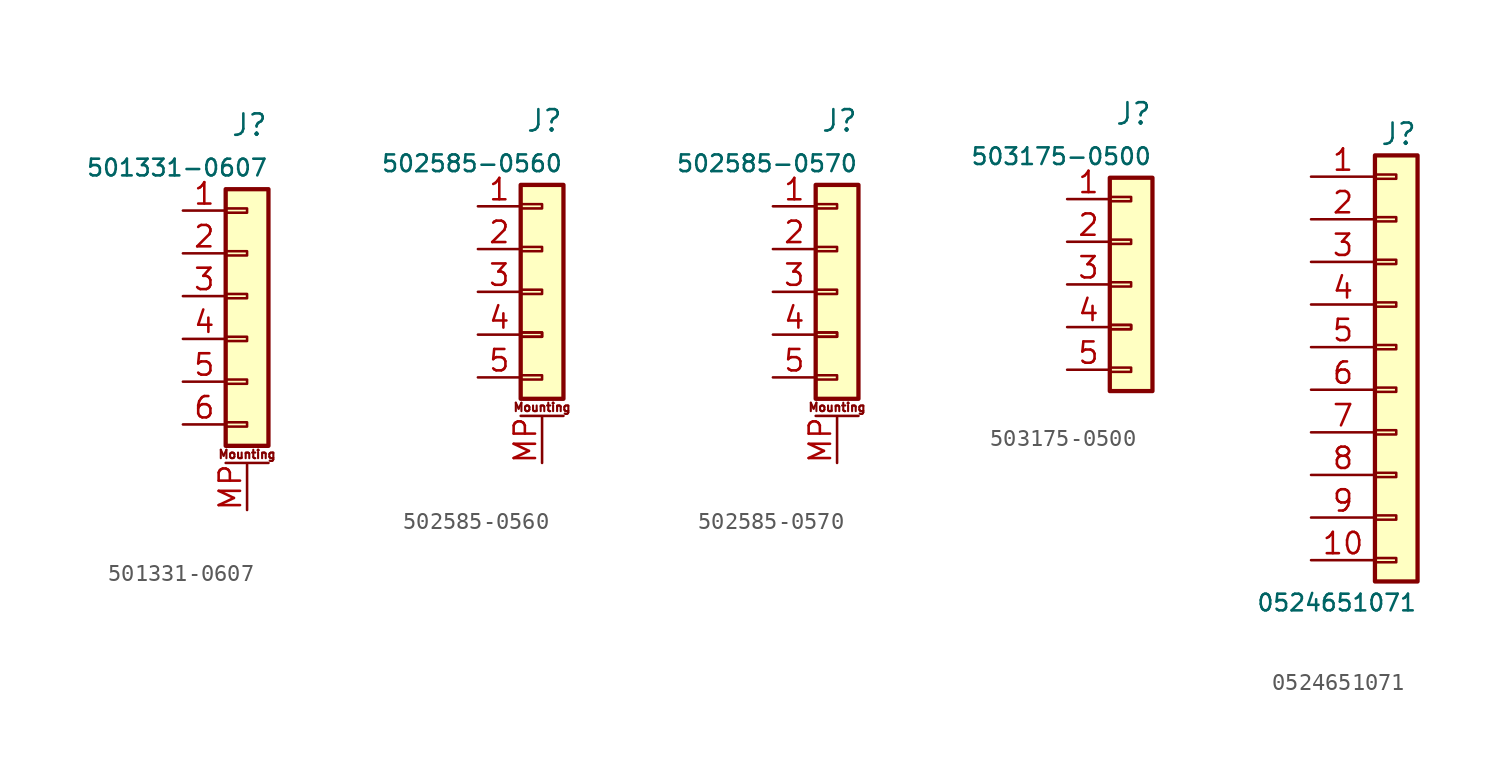
<source format=kicad_sym>
(kicad_symbol_lib
  (version 20241209)
  (generator "kicad_symbol_editor")
  (generator_version "9.0")
  (symbol "501331-0607"
    (pin_names
      (offset 1.016)
      (hide yes))
    (property "Reference" "J"
      (at 1.27 10.16 0)
      (effects (font (size 1.27 1.27)) (justify right)))
    (property "Value" "501331-0607"
      (at 1.27 7.62 0)
      (effects (font (size 0.991 0.991)) (justify right)))
    (symbol "501331-0607_1_1"
      (rectangle (start -1.27 6.35) (end 1.27 -8.89) (stroke (width 0.254) (type default)) (fill (type background)))
      (rectangle (start -1.27 5.207) (end 0 4.953) (stroke (width 0.152) (type default)) (fill (type none)))
      (rectangle (start -1.27 2.667) (end 0 2.413) (stroke (width 0.152) (type default)) (fill (type none)))
      (rectangle (start -1.27 0.127) (end 0 -0.127) (stroke (width 0.152) (type default)) (fill (type none)))
      (rectangle (start -1.27 -2.413) (end 0 -2.667) (stroke (width 0.152) (type default)) (fill (type none)))
      (rectangle (start -1.27 -4.953) (end 0 -5.207) (stroke (width 0.152) (type default)) (fill (type none)))
      (rectangle (start -1.27 -7.493) (end 0 -7.747) (stroke (width 0.152) (type default)) (fill (type none)))
      (polyline (pts (xy -1.27 -9.906) (xy 1.27 -9.906)) (stroke (width 0.152) (type default)) (fill (type none)))
      (text "Mounting" (at 0 -9.398 0) (effects (font (size 0.5 0.5))))
      (pin passive line (at -3.81 5.08 0) (length 2.54) (name "Pin_1" (effects (font (size 0.991 0.991)))) (number "1" (effects (font (size 1.27 1.27)))))
      (pin passive line (at -3.81 2.54 0) (length 2.54) (name "Pin_2" (effects (font (size 0.991 0.991)))) (number "2" (effects (font (size 1.27 1.27)))))
      (pin passive line (at -3.81 0 0) (length 2.54) (name "Pin_3" (effects (font (size 0.991 0.991)))) (number "3" (effects (font (size 1.27 1.27)))))
      (pin passive line (at -3.81 -2.54 0) (length 2.54) (name "Pin_4" (effects (font (size 0.991 0.991)))) (number "4" (effects (font (size 1.27 1.27)))))
      (pin passive line (at -3.81 -5.08 0) (length 2.54) (name "Pin_5" (effects (font (size 0.991 0.991)))) (number "5" (effects (font (size 1.27 1.27)))))
      (pin passive line (at -3.81 -7.62 0) (length 2.54) (name "Pin_6" (effects (font (size 0.991 0.991)))) (number "6" (effects (font (size 1.27 1.27)))))
      (pin passive line (at 0 -12.7 90) (length 2.7) (name "MountPin" (effects (font (size 0.991 0.991)))) (number "MP" (effects (font (size 1.27 1.27)))))))
  (symbol "502585-0560"
    (pin_names
      (offset 1.016)
      (hide yes))
    (property "Reference" "J"
      (at 1.27 10.16 0)
      (effects (font (size 1.27 1.27)) (justify right)))
    (property "Value" "502585-0560"
      (at 1.27 7.62 0)
      (effects (font (size 0.991 0.991)) (justify right)))
    (symbol "502585-0560_1_1"
      (rectangle (start -1.27 6.35) (end 1.27 -6.35) (stroke (width 0.254) (type default)) (fill (type background)))
      (rectangle (start -1.27 5.207) (end 0 4.953) (stroke (width 0.152) (type default)) (fill (type none)))
      (rectangle (start -1.27 2.667) (end 0 2.413) (stroke (width 0.152) (type default)) (fill (type none)))
      (rectangle (start -1.27 0.127) (end 0 -0.127) (stroke (width 0.152) (type default)) (fill (type none)))
      (rectangle (start -1.27 -2.413) (end 0 -2.667) (stroke (width 0.152) (type default)) (fill (type none)))
      (rectangle (start -1.27 -2.413) (end 0 -2.667) (stroke (width 0.152) (type default)) (fill (type none)))
      (rectangle (start -1.27 -4.953) (end 0 -5.207) (stroke (width 0.152) (type default)) (fill (type none)))
      (polyline (pts (xy -1.27 -7.366) (xy 1.27 -7.366)) (stroke (width 0.152) (type default)) (fill (type none)))
      (text "Mounting" (at 0 -6.858 0) (effects (font (size 0.5 0.5))))
      (pin passive line (at -3.81 5.08 0) (length 2.54) (name "Pin_1" (effects (font (size 0.991 0.991)))) (number "1" (effects (font (size 1.27 1.27)))))
      (pin passive line (at -3.81 2.54 0) (length 2.54) (name "Pin_2" (effects (font (size 0.991 0.991)))) (number "2" (effects (font (size 1.27 1.27)))))
      (pin passive line (at -3.81 0 0) (length 2.54) (name "Pin_3" (effects (font (size 0.991 0.991)))) (number "3" (effects (font (size 1.27 1.27)))))
      (pin passive line (at -3.81 -2.54 0) (length 2.54) (name "Pin_4" (effects (font (size 0.991 0.991)))) (number "4" (effects (font (size 1.27 1.27)))))
      (pin passive line (at -3.81 -5.08 0) (length 2.54) (name "Pin_5" (effects (font (size 0.991 0.991)))) (number "5" (effects (font (size 1.27 1.27)))))
      (pin passive line (at 0 -10.16 90) (length 2.7) (name "MountPin" (effects (font (size 0.991 0.991)))) (number "MP" (effects (font (size 1.27 1.27)))))))
  (symbol "502585-0570"
    (pin_names
      (offset 1.016)
      (hide yes))
    (property "Reference" "J"
      (at 1.27 10.16 0)
      (effects (font (size 1.27 1.27)) (justify right)))
    (property "Value" "502585-0570"
      (at 1.27 7.62 0)
      (effects (font (size 0.991 0.991)) (justify right)))
    (symbol "502585-0570_1_1"
      (rectangle (start -1.27 6.35) (end 1.27 -6.35) (stroke (width 0.254) (type default)) (fill (type background)))
      (rectangle (start -1.27 5.207) (end 0 4.953) (stroke (width 0.152) (type default)) (fill (type none)))
      (rectangle (start -1.27 2.667) (end 0 2.413) (stroke (width 0.152) (type default)) (fill (type none)))
      (rectangle (start -1.27 0.127) (end 0 -0.127) (stroke (width 0.152) (type default)) (fill (type none)))
      (rectangle (start -1.27 -2.413) (end 0 -2.667) (stroke (width 0.152) (type default)) (fill (type none)))
      (rectangle (start -1.27 -2.413) (end 0 -2.667) (stroke (width 0.152) (type default)) (fill (type none)))
      (rectangle (start -1.27 -4.953) (end 0 -5.207) (stroke (width 0.152) (type default)) (fill (type none)))
      (polyline (pts (xy -1.27 -7.366) (xy 1.27 -7.366)) (stroke (width 0.152) (type default)) (fill (type none)))
      (text "Mounting" (at 0 -6.858 0) (effects (font (size 0.5 0.5))))
      (pin passive line (at -3.81 5.08 0) (length 2.54) (name "Pin_1" (effects (font (size 0.991 0.991)))) (number "1" (effects (font (size 1.27 1.27)))))
      (pin passive line (at -3.81 2.54 0) (length 2.54) (name "Pin_2" (effects (font (size 0.991 0.991)))) (number "2" (effects (font (size 1.27 1.27)))))
      (pin passive line (at -3.81 0 0) (length 2.54) (name "Pin_3" (effects (font (size 0.991 0.991)))) (number "3" (effects (font (size 1.27 1.27)))))
      (pin passive line (at -3.81 -2.54 0) (length 2.54) (name "Pin_4" (effects (font (size 0.991 0.991)))) (number "4" (effects (font (size 1.27 1.27)))))
      (pin passive line (at -3.81 -5.08 0) (length 2.54) (name "Pin_5" (effects (font (size 0.991 0.991)))) (number "5" (effects (font (size 1.27 1.27)))))
      (pin passive line (at 0 -10.16 90) (length 2.7) (name "MountPin" (effects (font (size 0.991 0.991)))) (number "MP" (effects (font (size 1.27 1.27)))))))
  (symbol "503175-0500"
    (pin_names
      (offset 1.016)
      (hide yes))
    (property "Reference" "J"
      (at 1.27 10.16 0)
      (effects (font (size 1.27 1.27)) (justify right)))
    (property "Value" "503175-0500"
      (at 1.27 7.62 0)
      (effects (font (size 0.991 0.991)) (justify right)))
    (symbol "503175-0500_1_1"
      (rectangle (start -1.27 6.35) (end 1.27 -6.35) (stroke (width 0.254) (type default)) (fill (type background)))
      (rectangle (start -1.27 5.207) (end 0 4.953) (stroke (width 0.152) (type default)) (fill (type none)))
      (rectangle (start -1.27 2.667) (end 0 2.413) (stroke (width 0.152) (type default)) (fill (type none)))
      (rectangle (start -1.27 0.127) (end 0 -0.127) (stroke (width 0.152) (type default)) (fill (type none)))
      (rectangle (start -1.27 -2.413) (end 0 -2.667) (stroke (width 0.152) (type default)) (fill (type none)))
      (rectangle (start -1.27 -2.413) (end 0 -2.667) (stroke (width 0.152) (type default)) (fill (type none)))
      (rectangle (start -1.27 -4.953) (end 0 -5.207) (stroke (width 0.152) (type default)) (fill (type none)))
      (pin passive line (at -3.81 5.08 0) (length 2.54) (name "Pin_1" (effects (font (size 0.991 0.991)))) (number "1" (effects (font (size 1.27 1.27)))))
      (pin passive line (at -3.81 2.54 0) (length 2.54) (name "Pin_2" (effects (font (size 0.991 0.991)))) (number "2" (effects (font (size 1.27 1.27)))))
      (pin passive line (at -3.81 0 0) (length 2.54) (name "Pin_3" (effects (font (size 0.991 0.991)))) (number "3" (effects (font (size 1.27 1.27)))))
      (pin passive line (at -3.81 -2.54 0) (length 2.54) (name "Pin_4" (effects (font (size 0.991 0.991)))) (number "4" (effects (font (size 1.27 1.27)))))
      (pin passive line (at -3.81 -5.08 0) (length 2.54) (name "Pin_5" (effects (font (size 0.991 0.991)))) (number "5" (effects (font (size 1.27 1.27)))))))
  (symbol "0524651071"
    (pin_names
      (offset 1.016)
      (hide yes))
    (property "Reference" "J"
      (at 2.54 2.54 0)
      (effects (font (size 1.27 1.27)) (justify right)))
    (property "Value" "0524651071"
      (at 2.54 -25.4 0)
      (effects (font (size 0.991 0.991)) (justify right)))
    (symbol "0524651071_1_1"
      (rectangle (start 0 1.27) (end 2.54 -24.13) (stroke (width 0.254) (type default)) (fill (type background)))
      (rectangle (start 0 0.127) (end 1.27 -0.127) (stroke (width 0.152) (type default)) (fill (type none)))
      (rectangle (start 0 -2.413) (end 1.27 -2.667) (stroke (width 0.152) (type default)) (fill (type none)))
      (rectangle (start 0 -4.953) (end 1.27 -5.207) (stroke (width 0.152) (type default)) (fill (type none)))
      (rectangle (start 0 -7.493) (end 1.27 -7.747) (stroke (width 0.152) (type default)) (fill (type none)))
      (rectangle (start 0 -10.033) (end 1.27 -10.287) (stroke (width 0.152) (type default)) (fill (type none)))
      (rectangle (start 0 -12.573) (end 1.27 -12.827) (stroke (width 0.152) (type default)) (fill (type none)))
      (rectangle (start 0 -15.113) (end 1.27 -15.367) (stroke (width 0.152) (type default)) (fill (type none)))
      (rectangle (start 0 -17.653) (end 1.27 -17.907) (stroke (width 0.152) (type default)) (fill (type none)))
      (rectangle (start 0 -20.193) (end 1.27 -20.447) (stroke (width 0.152) (type default)) (fill (type none)))
      (rectangle (start 0 -22.733) (end 1.27 -22.987) (stroke (width 0.152) (type default)) (fill (type none)))
      (pin passive line (at -3.81 0 0) (length 3.81) (name "Pin_1" (effects (font (size 1.27 1.27)))) (number "1" (effects (font (size 1.27 1.27)))))
      (pin passive line (at -3.81 -2.54 0) (length 3.81) (name "Pin_2" (effects (font (size 1.27 1.27)))) (number "2" (effects (font (size 1.27 1.27)))))
      (pin passive line (at -3.81 -5.08 0) (length 3.81) (name "Pin_3" (effects (font (size 1.27 1.27)))) (number "3" (effects (font (size 1.27 1.27)))))
      (pin passive line (at -3.81 -7.62 0) (length 3.81) (name "Pin_4" (effects (font (size 1.27 1.27)))) (number "4" (effects (font (size 1.27 1.27)))))
      (pin passive line (at -3.81 -10.16 0) (length 3.81) (name "Pin_5" (effects (font (size 1.27 1.27)))) (number "5" (effects (font (size 1.27 1.27)))))
      (pin passive line (at -3.81 -12.7 0) (length 3.81) (name "Pin_6" (effects (font (size 1.27 1.27)))) (number "6" (effects (font (size 1.27 1.27)))))
      (pin passive line (at -3.81 -15.24 0) (length 3.81) (name "Pin_7" (effects (font (size 1.27 1.27)))) (number "7" (effects (font (size 1.27 1.27)))))
      (pin passive line (at -3.81 -17.78 0) (length 3.81) (name "Pin_8" (effects (font (size 1.27 1.27)))) (number "8" (effects (font (size 1.27 1.27)))))
      (pin passive line (at -3.81 -20.32 0) (length 3.81) (name "Pin_9" (effects (font (size 1.27 1.27)))) (number "9" (effects (font (size 1.27 1.27)))))
      (pin passive line (at -3.81 -22.86 0) (length 3.81) (name "Pin_10" (effects (font (size 1.27 1.27)))) (number "10" (effects (font (size 1.27 1.27))))))))
</source>
